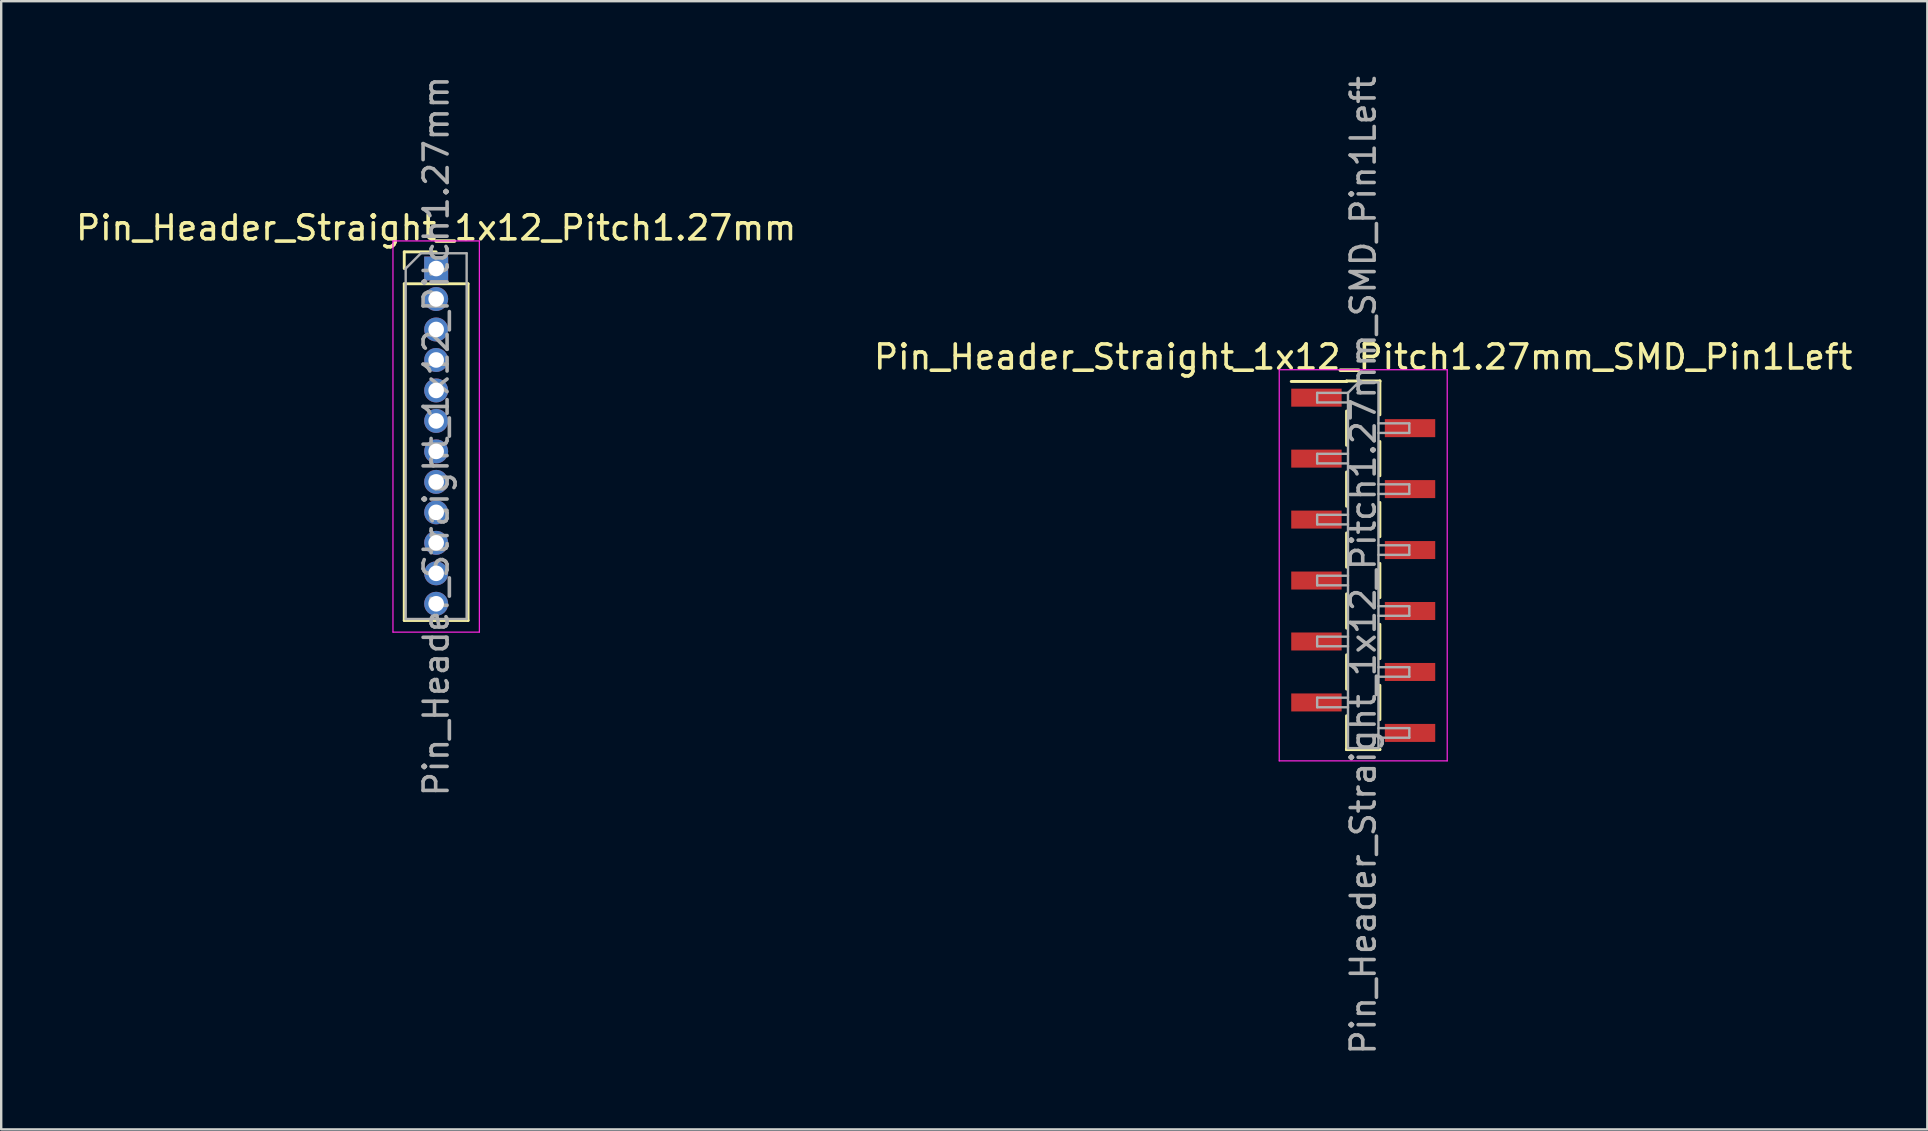
<source format=kicad_pcb>
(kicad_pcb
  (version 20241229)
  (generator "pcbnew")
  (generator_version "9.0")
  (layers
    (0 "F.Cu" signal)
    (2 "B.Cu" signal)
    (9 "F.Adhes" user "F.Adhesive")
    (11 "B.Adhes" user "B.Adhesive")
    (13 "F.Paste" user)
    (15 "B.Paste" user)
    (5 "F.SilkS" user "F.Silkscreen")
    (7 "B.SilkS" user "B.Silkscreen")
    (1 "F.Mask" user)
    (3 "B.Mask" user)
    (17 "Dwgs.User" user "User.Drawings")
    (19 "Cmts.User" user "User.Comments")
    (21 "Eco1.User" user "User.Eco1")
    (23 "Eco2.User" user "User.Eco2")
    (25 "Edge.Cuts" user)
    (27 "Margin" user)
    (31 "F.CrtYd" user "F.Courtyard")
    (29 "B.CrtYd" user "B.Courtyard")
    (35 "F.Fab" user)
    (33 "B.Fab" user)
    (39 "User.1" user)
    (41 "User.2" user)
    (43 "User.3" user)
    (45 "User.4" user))
  (footprint "Pin_Header_Straight_1x12_Pitch1.27mm_SMD_Pin1Left"
    (layer "F.Cu")
    (at 53.756 20.506)
    (property "Reference" "Pin_Header_Straight_1x12_Pitch1.27mm_SMD_Pin1Left" (at 0 -8.68 0) (layer "F.SilkS") (effects (font (size 1 1) (thickness 0.15))))
    (attr smd)
    (fp_line (start -0.695 -7.68) (end 0.695 -7.68) (stroke (width 0.12) (type solid)) (layer "F.SilkS"))
    (fp_line (start -0.695 -7.66) (end -3 -7.66) (stroke (width 0.12) (type solid)) (layer "F.SilkS"))
    (fp_line (start -0.695 -7.66) (end -0.695 -7.68) (stroke (width 0.12) (type solid)) (layer "F.SilkS"))
    (fp_line (start -0.695 -6.43) (end -0.695 -5) (stroke (width 0.12) (type solid)) (layer "F.SilkS"))
    (fp_line (start -0.695 -3.89) (end -0.695 -2.46) (stroke (width 0.12) (type solid)) (layer "F.SilkS"))
    (fp_line (start -0.695 -1.35) (end -0.695 0.08) (stroke (width 0.12) (type solid)) (layer "F.SilkS"))
    (fp_line (start -0.695 1.19) (end -0.695 2.62) (stroke (width 0.12) (type solid)) (layer "F.SilkS"))
    (fp_line (start -0.695 3.73) (end -0.695 5.16) (stroke (width 0.12) (type solid)) (layer "F.SilkS"))
    (fp_line (start -0.695 6.27) (end -0.695 7.68) (stroke (width 0.12) (type solid)) (layer "F.SilkS"))
    (fp_line (start -0.695 7.66) (end -0.695 7.68) (stroke (width 0.12) (type solid)) (layer "F.SilkS"))
    (fp_line (start -0.695 7.68) (end 0.695 7.68) (stroke (width 0.12) (type solid)) (layer "F.SilkS"))
    (fp_line (start 0.695 -7.68) (end 0.695 -7.66) (stroke (width 0.12) (type solid)) (layer "F.SilkS"))
    (fp_line (start 0.695 -7.68) (end 0.695 -6.27) (stroke (width 0.12) (type solid)) (layer "F.SilkS"))
    (fp_line (start 0.695 -5.16) (end 0.695 -3.73) (stroke (width 0.12) (type solid)) (layer "F.SilkS"))
    (fp_line (start 0.695 -2.62) (end 0.695 -1.19) (stroke (width 0.12) (type solid)) (layer "F.SilkS"))
    (fp_line (start 0.695 -0.08) (end 0.695 1.35) (stroke (width 0.12) (type solid)) (layer "F.SilkS"))
    (fp_line (start 0.695 2.46) (end 0.695 3.89) (stroke (width 0.12) (type solid)) (layer "F.SilkS"))
    (fp_line (start 0.695 5) (end 0.695 6.43) (stroke (width 0.12) (type solid)) (layer "F.SilkS"))
    (fp_line (start 0.695 7.68) (end 0.695 7.66) (stroke (width 0.12) (type solid)) (layer "F.SilkS"))
    (fp_line (start -3.5 -8.15) (end -3.5 8.15) (stroke (width 0.05) (type solid)) (layer "F.CrtYd"))
    (fp_line (start -3.5 8.15) (end 3.5 8.15) (stroke (width 0.05) (type solid)) (layer "F.CrtYd"))
    (fp_line (start 3.5 -8.15) (end -3.5 -8.15) (stroke (width 0.05) (type solid)) (layer "F.CrtYd"))
    (fp_line (start 3.5 8.15) (end 3.5 -8.15) (stroke (width 0.05) (type solid)) (layer "F.CrtYd"))
    (fp_line (start -1.92 -7.185) (end -1.92 -6.785) (stroke (width 0.1) (type solid)) (layer "F.Fab"))
    (fp_line (start -1.92 -6.785) (end -0.635 -6.785) (stroke (width 0.1) (type solid)) (layer "F.Fab"))
    (fp_line (start -1.92 -4.645) (end -1.92 -4.245) (stroke (width 0.1) (type solid)) (layer "F.Fab"))
    (fp_line (start -1.92 -4.245) (end -0.635 -4.245) (stroke (width 0.1) (type solid)) (layer "F.Fab"))
    (fp_line (start -1.92 -2.105) (end -1.92 -1.705) (stroke (width 0.1) (type solid)) (layer "F.Fab"))
    (fp_line (start -1.92 -1.705) (end -0.635 -1.705) (stroke (width 0.1) (type solid)) (layer "F.Fab"))
    (fp_line (start -1.92 0.435) (end -1.92 0.835) (stroke (width 0.1) (type solid)) (layer "F.Fab"))
    (fp_line (start -1.92 0.835) (end -0.635 0.835) (stroke (width 0.1) (type solid)) (layer "F.Fab"))
    (fp_line (start -1.92 2.975) (end -1.92 3.375) (stroke (width 0.1) (type solid)) (layer "F.Fab"))
    (fp_line (start -1.92 3.375) (end -0.635 3.375) (stroke (width 0.1) (type solid)) (layer "F.Fab"))
    (fp_line (start -1.92 5.515) (end -1.92 5.915) (stroke (width 0.1) (type solid)) (layer "F.Fab"))
    (fp_line (start -1.92 5.915) (end -0.635 5.915) (stroke (width 0.1) (type solid)) (layer "F.Fab"))
    (fp_line (start -0.635 -7.185) (end -1.92 -7.185) (stroke (width 0.1) (type solid)) (layer "F.Fab"))
    (fp_line (start -0.635 -7.185) (end -0.2 -7.62) (stroke (width 0.1) (type solid)) (layer "F.Fab"))
    (fp_line (start -0.635 -4.645) (end -1.92 -4.645) (stroke (width 0.1) (type solid)) (layer "F.Fab"))
    (fp_line (start -0.635 -2.105) (end -1.92 -2.105) (stroke (width 0.1) (type solid)) (layer "F.Fab"))
    (fp_line (start -0.635 0.435) (end -1.92 0.435) (stroke (width 0.1) (type solid)) (layer "F.Fab"))
    (fp_line (start -0.635 2.975) (end -1.92 2.975) (stroke (width 0.1) (type solid)) (layer "F.Fab"))
    (fp_line (start -0.635 5.515) (end -1.92 5.515) (stroke (width 0.1) (type solid)) (layer "F.Fab"))
    (fp_line (start -0.635 7.62) (end -0.635 -7.185) (stroke (width 0.1) (type solid)) (layer "F.Fab"))
    (fp_line (start -0.2 -7.62) (end 0.635 -7.62) (stroke (width 0.1) (type solid)) (layer "F.Fab"))
    (fp_line (start 0.635 -7.62) (end 0.635 7.62) (stroke (width 0.1) (type solid)) (layer "F.Fab"))
    (fp_line (start 0.635 -5.915) (end 1.92 -5.915) (stroke (width 0.1) (type solid)) (layer "F.Fab"))
    (fp_line (start 0.635 -3.375) (end 1.92 -3.375) (stroke (width 0.1) (type solid)) (layer "F.Fab"))
    (fp_line (start 0.635 -0.835) (end 1.92 -0.835) (stroke (width 0.1) (type solid)) (layer "F.Fab"))
    (fp_line (start 0.635 1.705) (end 1.92 1.705) (stroke (width 0.1) (type solid)) (layer "F.Fab"))
    (fp_line (start 0.635 4.245) (end 1.92 4.245) (stroke (width 0.1) (type solid)) (layer "F.Fab"))
    (fp_line (start 0.635 6.785) (end 1.92 6.785) (stroke (width 0.1) (type solid)) (layer "F.Fab"))
    (fp_line (start 0.635 7.62) (end -0.635 7.62) (stroke (width 0.1) (type solid)) (layer "F.Fab"))
    (fp_line (start 1.92 -5.915) (end 1.92 -5.515) (stroke (width 0.1) (type solid)) (layer "F.Fab"))
    (fp_line (start 1.92 -5.515) (end 0.635 -5.515) (stroke (width 0.1) (type solid)) (layer "F.Fab"))
    (fp_line (start 1.92 -3.375) (end 1.92 -2.975) (stroke (width 0.1) (type solid)) (layer "F.Fab"))
    (fp_line (start 1.92 -2.975) (end 0.635 -2.975) (stroke (width 0.1) (type solid)) (layer "F.Fab"))
    (fp_line (start 1.92 -0.835) (end 1.92 -0.435) (stroke (width 0.1) (type solid)) (layer "F.Fab"))
    (fp_line (start 1.92 -0.435) (end 0.635 -0.435) (stroke (width 0.1) (type solid)) (layer "F.Fab"))
    (fp_line (start 1.92 1.705) (end 1.92 2.105) (stroke (width 0.1) (type solid)) (layer "F.Fab"))
    (fp_line (start 1.92 2.105) (end 0.635 2.105) (stroke (width 0.1) (type solid)) (layer "F.Fab"))
    (fp_line (start 1.92 4.245) (end 1.92 4.645) (stroke (width 0.1) (type solid)) (layer "F.Fab"))
    (fp_line (start 1.92 4.645) (end 0.635 4.645) (stroke (width 0.1) (type solid)) (layer "F.Fab"))
    (fp_line (start 1.92 6.785) (end 1.92 7.185) (stroke (width 0.1) (type solid)) (layer "F.Fab"))
    (fp_line (start 1.92 7.185) (end 0.635 7.185) (stroke (width 0.1) (type solid)) (layer "F.Fab"))
    (fp_text user "${REFERENCE}" (at 0 0 90) (layer "F.Fab") (effects (font (size 1 1) (thickness 0.15))))
    (pad "1" smd rect (at -1.95 -6.985) (size 2.1 0.75) (layers "F.Cu" "F.Mask" "F.Paste"))
    (pad "2" smd rect (at 1.95 -5.715) (size 2.1 0.75) (layers "F.Cu" "F.Mask" "F.Paste"))
    (pad "3" smd rect (at -1.95 -4.445) (size 2.1 0.75) (layers "F.Cu" "F.Mask" "F.Paste"))
    (pad "4" smd rect (at 1.95 -3.175) (size 2.1 0.75) (layers "F.Cu" "F.Mask" "F.Paste"))
    (pad "5" smd rect (at -1.95 -1.905) (size 2.1 0.75) (layers "F.Cu" "F.Mask" "F.Paste"))
    (pad "6" smd rect (at 1.95 -0.635) (size 2.1 0.75) (layers "F.Cu" "F.Mask" "F.Paste"))
    (pad "7" smd rect (at -1.95 0.635) (size 2.1 0.75) (layers "F.Cu" "F.Mask" "F.Paste"))
    (pad "8" smd rect (at 1.95 1.905) (size 2.1 0.75) (layers "F.Cu" "F.Mask" "F.Paste"))
    (pad "9" smd rect (at -1.95 3.175) (size 2.1 0.75) (layers "F.Cu" "F.Mask" "F.Paste"))
    (pad "10" smd rect (at 1.95 4.445) (size 2.1 0.75) (layers "F.Cu" "F.Mask" "F.Paste"))
    (pad "11" smd rect (at -1.95 5.715) (size 2.1 0.75) (layers "F.Cu" "F.Mask" "F.Paste"))
    (pad "12" smd rect (at 1.95 6.985) (size 2.1 0.75) (layers "F.Cu" "F.Mask" "F.Paste")))
  (footprint "Pin_Header_Straight_1x12_Pitch1.27mm"
    (layer "F.Cu")
    (at 15.125 8.14)
    (property "Reference" "Pin_Header_Straight_1x12_Pitch1.27mm" (at 0 -1.695 0) (layer "F.SilkS") (effects (font (size 1 1) (thickness 0.15))))
    (attr through_hole)
    (fp_line (start -1.33 -0.695) (end 0 -0.695) (stroke (width 0.12) (type solid)) (layer "F.SilkS"))
    (fp_line (start -1.33 0) (end -1.33 -0.695) (stroke (width 0.12) (type solid)) (layer "F.SilkS"))
    (fp_line (start -1.33 0.635) (end -1.33 14.665) (stroke (width 0.12) (type solid)) (layer "F.SilkS"))
    (fp_line (start -1.33 14.665) (end 1.33 14.665) (stroke (width 0.12) (type solid)) (layer "F.SilkS"))
    (fp_line (start 1.33 0.635) (end -1.33 0.635) (stroke (width 0.12) (type solid)) (layer "F.SilkS"))
    (fp_line (start 1.33 14.665) (end 1.33 0.635) (stroke (width 0.12) (type solid)) (layer "F.SilkS"))
    (fp_line (start -1.8 -1.15) (end -1.8 15.15) (stroke (width 0.05) (type solid)) (layer "F.CrtYd"))
    (fp_line (start -1.8 15.15) (end 1.8 15.15) (stroke (width 0.05) (type solid)) (layer "F.CrtYd"))
    (fp_line (start 1.8 -1.15) (end -1.8 -1.15) (stroke (width 0.05) (type solid)) (layer "F.CrtYd"))
    (fp_line (start 1.8 15.15) (end 1.8 -1.15) (stroke (width 0.05) (type solid)) (layer "F.CrtYd"))
    (fp_line (start -1.27 0) (end -0.635 -0.635) (stroke (width 0.1) (type solid)) (layer "F.Fab"))
    (fp_line (start -1.27 14.605) (end -1.27 0) (stroke (width 0.1) (type solid)) (layer "F.Fab"))
    (fp_line (start -0.635 -0.635) (end 1.27 -0.635) (stroke (width 0.1) (type solid)) (layer "F.Fab"))
    (fp_line (start 1.27 -0.635) (end 1.27 14.605) (stroke (width 0.1) (type solid)) (layer "F.Fab"))
    (fp_line (start 1.27 14.605) (end -1.27 14.605) (stroke (width 0.1) (type solid)) (layer "F.Fab"))
    (fp_text user "${REFERENCE}" (at 0 6.985 90) (layer "F.Fab") (effects (font (size 1 1) (thickness 0.15))))
    (pad "1" thru_hole rect (at 0 0) (size 1 1) (drill 0.65) (layers "*.Cu" "*.Mask"))
    (pad "2" thru_hole oval (at 0 1.27) (size 1 1) (drill 0.65) (layers "*.Cu" "*.Mask"))
    (pad "3" thru_hole oval (at 0 2.54) (size 1 1) (drill 0.65) (layers "*.Cu" "*.Mask"))
    (pad "4" thru_hole oval (at 0 3.81) (size 1 1) (drill 0.65) (layers "*.Cu" "*.Mask"))
    (pad "5" thru_hole oval (at 0 5.08) (size 1 1) (drill 0.65) (layers "*.Cu" "*.Mask"))
    (pad "6" thru_hole oval (at 0 6.35) (size 1 1) (drill 0.65) (layers "*.Cu" "*.Mask"))
    (pad "7" thru_hole oval (at 0 7.62) (size 1 1) (drill 0.65) (layers "*.Cu" "*.Mask"))
    (pad "8" thru_hole oval (at 0 8.89) (size 1 1) (drill 0.65) (layers "*.Cu" "*.Mask"))
    (pad "9" thru_hole oval (at 0 10.16) (size 1 1) (drill 0.65) (layers "*.Cu" "*.Mask"))
    (pad "10" thru_hole oval (at 0 11.43) (size 1 1) (drill 0.65) (layers "*.Cu" "*.Mask"))
    (pad "11" thru_hole oval (at 0 12.7) (size 1 1) (drill 0.65) (layers "*.Cu" "*.Mask"))
    (pad "12" thru_hole oval (at 0 13.97) (size 1 1) (drill 0.65) (layers "*.Cu" "*.Mask")))
  (gr_rect
    (start -3 -3)
    (end 77.262 44.012)
    (stroke (width 0.1) (type default))
    (fill no)
    (layer "Edge.Cuts")))
</source>
